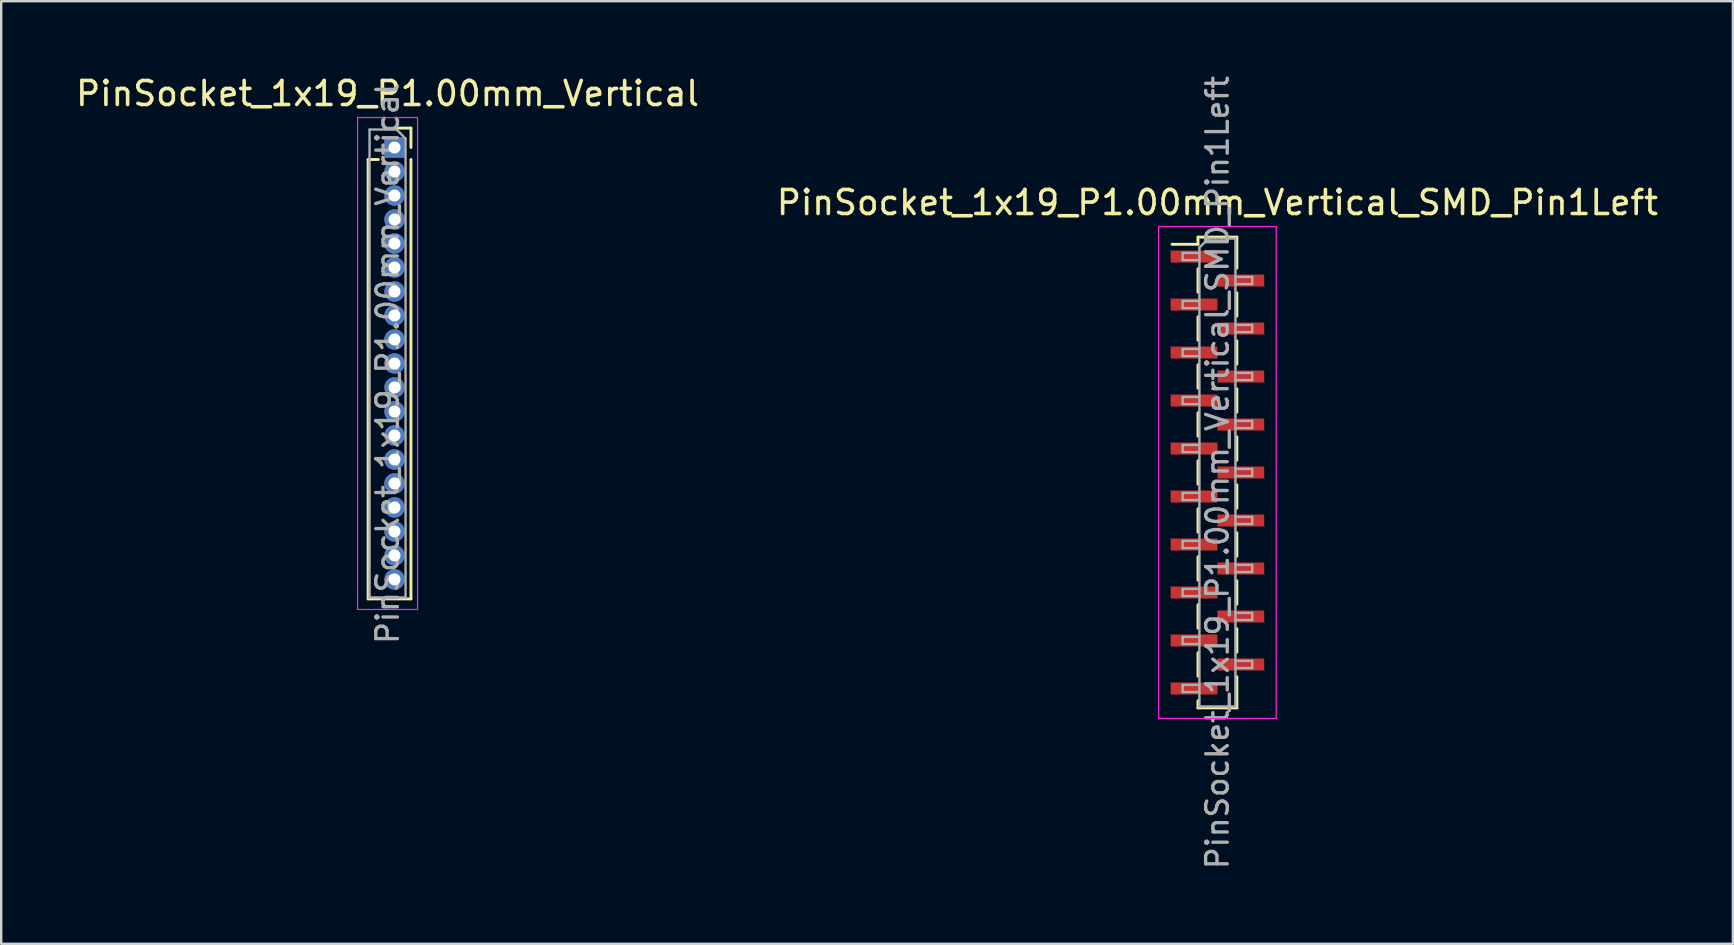
<source format=kicad_pcb>
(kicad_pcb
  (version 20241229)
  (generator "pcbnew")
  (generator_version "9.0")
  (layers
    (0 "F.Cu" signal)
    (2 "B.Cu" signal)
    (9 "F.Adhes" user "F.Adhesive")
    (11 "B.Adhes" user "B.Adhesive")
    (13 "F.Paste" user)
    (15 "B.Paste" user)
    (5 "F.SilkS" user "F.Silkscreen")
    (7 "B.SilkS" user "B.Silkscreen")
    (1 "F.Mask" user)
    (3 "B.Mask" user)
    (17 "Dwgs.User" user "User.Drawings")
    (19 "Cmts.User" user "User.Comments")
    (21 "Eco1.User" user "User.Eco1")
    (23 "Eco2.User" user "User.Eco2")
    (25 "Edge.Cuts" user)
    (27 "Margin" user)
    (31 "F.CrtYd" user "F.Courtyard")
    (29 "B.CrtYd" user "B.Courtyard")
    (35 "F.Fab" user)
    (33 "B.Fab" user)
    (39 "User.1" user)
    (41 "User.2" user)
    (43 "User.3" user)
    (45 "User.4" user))
  (footprint "PinSocket_1x19_P1.00mm_Vertical_SMD_Pin1Left"
    (layer "F.Cu")
    (at 47.685 16.641)
    (property "Reference" "PinSocket_1x19_P1.00mm_Vertical_SMD_Pin1Left" (at 0 -11.25 0) (layer "F.SilkS") (effects (font (size 1 1) (thickness 0.15))))
    (attr smd)
    (fp_line (start -1.89 -9.51) (end -0.81 -9.51) (stroke (width 0.12) (type solid)) (layer "F.SilkS"))
    (fp_line (start -0.81 -9.81) (end -0.81 -9.51) (stroke (width 0.12) (type solid)) (layer "F.SilkS"))
    (fp_line (start -0.81 -9.81) (end 0.81 -9.81) (stroke (width 0.12) (type solid)) (layer "F.SilkS"))
    (fp_line (start -0.81 -8.49) (end -0.81 -7.51) (stroke (width 0.12) (type solid)) (layer "F.SilkS"))
    (fp_line (start -0.81 -6.49) (end -0.81 -5.51) (stroke (width 0.12) (type solid)) (layer "F.SilkS"))
    (fp_line (start -0.81 -4.49) (end -0.81 -3.51) (stroke (width 0.12) (type solid)) (layer "F.SilkS"))
    (fp_line (start -0.81 -2.49) (end -0.81 -1.51) (stroke (width 0.12) (type solid)) (layer "F.SilkS"))
    (fp_line (start -0.81 -0.49) (end -0.81 0.49) (stroke (width 0.12) (type solid)) (layer "F.SilkS"))
    (fp_line (start -0.81 1.51) (end -0.81 2.49) (stroke (width 0.12) (type solid)) (layer "F.SilkS"))
    (fp_line (start -0.81 3.51) (end -0.81 4.49) (stroke (width 0.12) (type solid)) (layer "F.SilkS"))
    (fp_line (start -0.81 5.51) (end -0.81 6.49) (stroke (width 0.12) (type solid)) (layer "F.SilkS"))
    (fp_line (start -0.81 7.51) (end -0.81 8.49) (stroke (width 0.12) (type solid)) (layer "F.SilkS"))
    (fp_line (start -0.81 9.51) (end -0.81 9.81) (stroke (width 0.12) (type solid)) (layer "F.SilkS"))
    (fp_line (start -0.81 9.81) (end 0.81 9.81) (stroke (width 0.12) (type solid)) (layer "F.SilkS"))
    (fp_line (start 0.81 -9.81) (end 0.81 -8.51) (stroke (width 0.12) (type solid)) (layer "F.SilkS"))
    (fp_line (start 0.81 -7.49) (end 0.81 -6.51) (stroke (width 0.12) (type solid)) (layer "F.SilkS"))
    (fp_line (start 0.81 -5.49) (end 0.81 -4.51) (stroke (width 0.12) (type solid)) (layer "F.SilkS"))
    (fp_line (start 0.81 -3.49) (end 0.81 -2.51) (stroke (width 0.12) (type solid)) (layer "F.SilkS"))
    (fp_line (start 0.81 -1.49) (end 0.81 -0.51) (stroke (width 0.12) (type solid)) (layer "F.SilkS"))
    (fp_line (start 0.81 0.51) (end 0.81 1.49) (stroke (width 0.12) (type solid)) (layer "F.SilkS"))
    (fp_line (start 0.81 2.51) (end 0.81 3.49) (stroke (width 0.12) (type solid)) (layer "F.SilkS"))
    (fp_line (start 0.81 4.51) (end 0.81 5.49) (stroke (width 0.12) (type solid)) (layer "F.SilkS"))
    (fp_line (start 0.81 6.51) (end 0.81 7.49) (stroke (width 0.12) (type solid)) (layer "F.SilkS"))
    (fp_line (start 0.81 8.51) (end 0.81 9.81) (stroke (width 0.12) (type solid)) (layer "F.SilkS"))
    (fp_line (start -2.45 -10.25) (end 2.45 -10.25) (stroke (width 0.05) (type solid)) (layer "F.CrtYd"))
    (fp_line (start -2.45 10.25) (end -2.45 -10.25) (stroke (width 0.05) (type solid)) (layer "F.CrtYd"))
    (fp_line (start 2.45 -10.25) (end 2.45 10.25) (stroke (width 0.05) (type solid)) (layer "F.CrtYd"))
    (fp_line (start 2.45 10.25) (end -2.45 10.25) (stroke (width 0.05) (type solid)) (layer "F.CrtYd"))
    (fp_line (start -1.45 -9.15) (end -0.75 -9.15) (stroke (width 0.1) (type solid)) (layer "F.Fab"))
    (fp_line (start -1.45 -8.85) (end -1.45 -9.15) (stroke (width 0.1) (type solid)) (layer "F.Fab"))
    (fp_line (start -1.45 -7.15) (end -0.75 -7.15) (stroke (width 0.1) (type solid)) (layer "F.Fab"))
    (fp_line (start -1.45 -6.85) (end -1.45 -7.15) (stroke (width 0.1) (type solid)) (layer "F.Fab"))
    (fp_line (start -1.45 -5.15) (end -0.75 -5.15) (stroke (width 0.1) (type solid)) (layer "F.Fab"))
    (fp_line (start -1.45 -4.85) (end -1.45 -5.15) (stroke (width 0.1) (type solid)) (layer "F.Fab"))
    (fp_line (start -1.45 -3.15) (end -0.75 -3.15) (stroke (width 0.1) (type solid)) (layer "F.Fab"))
    (fp_line (start -1.45 -2.85) (end -1.45 -3.15) (stroke (width 0.1) (type solid)) (layer "F.Fab"))
    (fp_line (start -1.45 -1.15) (end -0.75 -1.15) (stroke (width 0.1) (type solid)) (layer "F.Fab"))
    (fp_line (start -1.45 -0.85) (end -1.45 -1.15) (stroke (width 0.1) (type solid)) (layer "F.Fab"))
    (fp_line (start -1.45 0.85) (end -0.75 0.85) (stroke (width 0.1) (type solid)) (layer "F.Fab"))
    (fp_line (start -1.45 1.15) (end -1.45 0.85) (stroke (width 0.1) (type solid)) (layer "F.Fab"))
    (fp_line (start -1.45 2.85) (end -0.75 2.85) (stroke (width 0.1) (type solid)) (layer "F.Fab"))
    (fp_line (start -1.45 3.15) (end -1.45 2.85) (stroke (width 0.1) (type solid)) (layer "F.Fab"))
    (fp_line (start -1.45 4.85) (end -0.75 4.85) (stroke (width 0.1) (type solid)) (layer "F.Fab"))
    (fp_line (start -1.45 5.15) (end -1.45 4.85) (stroke (width 0.1) (type solid)) (layer "F.Fab"))
    (fp_line (start -1.45 6.85) (end -0.75 6.85) (stroke (width 0.1) (type solid)) (layer "F.Fab"))
    (fp_line (start -1.45 7.15) (end -1.45 6.85) (stroke (width 0.1) (type solid)) (layer "F.Fab"))
    (fp_line (start -1.45 8.85) (end -0.75 8.85) (stroke (width 0.1) (type solid)) (layer "F.Fab"))
    (fp_line (start -1.45 9.15) (end -1.45 8.85) (stroke (width 0.1) (type solid)) (layer "F.Fab"))
    (fp_line (start -0.75 -9.375) (end -0.375 -9.75) (stroke (width 0.1) (type solid)) (layer "F.Fab"))
    (fp_line (start -0.75 -8.85) (end -1.45 -8.85) (stroke (width 0.1) (type solid)) (layer "F.Fab"))
    (fp_line (start -0.75 -6.85) (end -1.45 -6.85) (stroke (width 0.1) (type solid)) (layer "F.Fab"))
    (fp_line (start -0.75 -4.85) (end -1.45 -4.85) (stroke (width 0.1) (type solid)) (layer "F.Fab"))
    (fp_line (start -0.75 -2.85) (end -1.45 -2.85) (stroke (width 0.1) (type solid)) (layer "F.Fab"))
    (fp_line (start -0.75 -0.85) (end -1.45 -0.85) (stroke (width 0.1) (type solid)) (layer "F.Fab"))
    (fp_line (start -0.75 1.15) (end -1.45 1.15) (stroke (width 0.1) (type solid)) (layer "F.Fab"))
    (fp_line (start -0.75 3.15) (end -1.45 3.15) (stroke (width 0.1) (type solid)) (layer "F.Fab"))
    (fp_line (start -0.75 5.15) (end -1.45 5.15) (stroke (width 0.1) (type solid)) (layer "F.Fab"))
    (fp_line (start -0.75 7.15) (end -1.45 7.15) (stroke (width 0.1) (type solid)) (layer "F.Fab"))
    (fp_line (start -0.75 9.15) (end -1.45 9.15) (stroke (width 0.1) (type solid)) (layer "F.Fab"))
    (fp_line (start -0.75 9.75) (end -0.75 -9.375) (stroke (width 0.1) (type solid)) (layer "F.Fab"))
    (fp_line (start -0.375 -9.75) (end 0.75 -9.75) (stroke (width 0.1) (type solid)) (layer "F.Fab"))
    (fp_line (start 0.75 -9.75) (end 0.75 9.75) (stroke (width 0.1) (type solid)) (layer "F.Fab"))
    (fp_line (start 0.75 -8.15) (end 1.45 -8.15) (stroke (width 0.1) (type solid)) (layer "F.Fab"))
    (fp_line (start 0.75 -6.15) (end 1.45 -6.15) (stroke (width 0.1) (type solid)) (layer "F.Fab"))
    (fp_line (start 0.75 -4.15) (end 1.45 -4.15) (stroke (width 0.1) (type solid)) (layer "F.Fab"))
    (fp_line (start 0.75 -2.15) (end 1.45 -2.15) (stroke (width 0.1) (type solid)) (layer "F.Fab"))
    (fp_line (start 0.75 -0.15) (end 1.45 -0.15) (stroke (width 0.1) (type solid)) (layer "F.Fab"))
    (fp_line (start 0.75 1.85) (end 1.45 1.85) (stroke (width 0.1) (type solid)) (layer "F.Fab"))
    (fp_line (start 0.75 3.85) (end 1.45 3.85) (stroke (width 0.1) (type solid)) (layer "F.Fab"))
    (fp_line (start 0.75 5.85) (end 1.45 5.85) (stroke (width 0.1) (type solid)) (layer "F.Fab"))
    (fp_line (start 0.75 7.85) (end 1.45 7.85) (stroke (width 0.1) (type solid)) (layer "F.Fab"))
    (fp_line (start 0.75 9.75) (end -0.75 9.75) (stroke (width 0.1) (type solid)) (layer "F.Fab"))
    (fp_line (start 1.45 -8.15) (end 1.45 -7.85) (stroke (width 0.1) (type solid)) (layer "F.Fab"))
    (fp_line (start 1.45 -7.85) (end 0.75 -7.85) (stroke (width 0.1) (type solid)) (layer "F.Fab"))
    (fp_line (start 1.45 -6.15) (end 1.45 -5.85) (stroke (width 0.1) (type solid)) (layer "F.Fab"))
    (fp_line (start 1.45 -5.85) (end 0.75 -5.85) (stroke (width 0.1) (type solid)) (layer "F.Fab"))
    (fp_line (start 1.45 -4.15) (end 1.45 -3.85) (stroke (width 0.1) (type solid)) (layer "F.Fab"))
    (fp_line (start 1.45 -3.85) (end 0.75 -3.85) (stroke (width 0.1) (type solid)) (layer "F.Fab"))
    (fp_line (start 1.45 -2.15) (end 1.45 -1.85) (stroke (width 0.1) (type solid)) (layer "F.Fab"))
    (fp_line (start 1.45 -1.85) (end 0.75 -1.85) (stroke (width 0.1) (type solid)) (layer "F.Fab"))
    (fp_line (start 1.45 -0.15) (end 1.45 0.15) (stroke (width 0.1) (type solid)) (layer "F.Fab"))
    (fp_line (start 1.45 0.15) (end 0.75 0.15) (stroke (width 0.1) (type solid)) (layer "F.Fab"))
    (fp_line (start 1.45 1.85) (end 1.45 2.15) (stroke (width 0.1) (type solid)) (layer "F.Fab"))
    (fp_line (start 1.45 2.15) (end 0.75 2.15) (stroke (width 0.1) (type solid)) (layer "F.Fab"))
    (fp_line (start 1.45 3.85) (end 1.45 4.15) (stroke (width 0.1) (type solid)) (layer "F.Fab"))
    (fp_line (start 1.45 4.15) (end 0.75 4.15) (stroke (width 0.1) (type solid)) (layer "F.Fab"))
    (fp_line (start 1.45 5.85) (end 1.45 6.15) (stroke (width 0.1) (type solid)) (layer "F.Fab"))
    (fp_line (start 1.45 6.15) (end 0.75 6.15) (stroke (width 0.1) (type solid)) (layer "F.Fab"))
    (fp_line (start 1.45 7.85) (end 1.45 8.15) (stroke (width 0.1) (type solid)) (layer "F.Fab"))
    (fp_line (start 1.45 8.15) (end 0.75 8.15) (stroke (width 0.1) (type solid)) (layer "F.Fab"))
    (fp_text user "${REFERENCE}" (at 0 0 90) (layer "F.Fab") (effects (font (size 0.9 0.9) (thickness 0.14))))
    (pad "1" smd rect (at -0.975 -9) (size 1.95 0.5) (layers "F.Cu" "F.Mask" "F.Paste"))
    (pad "2" smd rect (at 0.975 -8) (size 1.95 0.5) (layers "F.Cu" "F.Mask" "F.Paste"))
    (pad "3" smd rect (at -0.975 -7) (size 1.95 0.5) (layers "F.Cu" "F.Mask" "F.Paste"))
    (pad "4" smd rect (at 0.975 -6) (size 1.95 0.5) (layers "F.Cu" "F.Mask" "F.Paste"))
    (pad "5" smd rect (at -0.975 -5) (size 1.95 0.5) (layers "F.Cu" "F.Mask" "F.Paste"))
    (pad "6" smd rect (at 0.975 -4) (size 1.95 0.5) (layers "F.Cu" "F.Mask" "F.Paste"))
    (pad "7" smd rect (at -0.975 -3) (size 1.95 0.5) (layers "F.Cu" "F.Mask" "F.Paste"))
    (pad "8" smd rect (at 0.975 -2) (size 1.95 0.5) (layers "F.Cu" "F.Mask" "F.Paste"))
    (pad "9" smd rect (at -0.975 -1) (size 1.95 0.5) (layers "F.Cu" "F.Mask" "F.Paste"))
    (pad "10" smd rect (at 0.975 0) (size 1.95 0.5) (layers "F.Cu" "F.Mask" "F.Paste"))
    (pad "11" smd rect (at -0.975 1) (size 1.95 0.5) (layers "F.Cu" "F.Mask" "F.Paste"))
    (pad "12" smd rect (at 0.975 2) (size 1.95 0.5) (layers "F.Cu" "F.Mask" "F.Paste"))
    (pad "13" smd rect (at -0.975 3) (size 1.95 0.5) (layers "F.Cu" "F.Mask" "F.Paste"))
    (pad "14" smd rect (at 0.975 4) (size 1.95 0.5) (layers "F.Cu" "F.Mask" "F.Paste"))
    (pad "15" smd rect (at -0.975 5) (size 1.95 0.5) (layers "F.Cu" "F.Mask" "F.Paste"))
    (pad "16" smd rect (at 0.975 6) (size 1.95 0.5) (layers "F.Cu" "F.Mask" "F.Paste"))
    (pad "17" smd rect (at -0.975 7) (size 1.95 0.5) (layers "F.Cu" "F.Mask" "F.Paste"))
    (pad "18" smd rect (at 0.975 8) (size 1.95 0.5) (layers "F.Cu" "F.Mask" "F.Paste"))
    (pad "19" smd rect (at -0.975 9) (size 1.95 0.5) (layers "F.Cu" "F.Mask" "F.Paste")))
  (footprint "PinSocket_1x19_P1.00mm_Vertical"
    (layer "F.Cu")
    (at 13.391 3.098)
    (property "Reference" "PinSocket_1x19_P1.00mm_Vertical" (at -0.29 -2.25 0) (layer "F.SilkS") (effects (font (size 1 1) (thickness 0.15))))
    (attr through_hole)
    (fp_line (start -1.1 0.5) (end -1.1 18.81) (stroke (width 0.12) (type solid)) (layer "F.SilkS"))
    (fp_line (start -1.1 0.5) (end -0.674 0.5) (stroke (width 0.12) (type solid)) (layer "F.SilkS"))
    (fp_line (start -1.1 18.81) (end 0.685 18.81) (stroke (width 0.12) (type solid)) (layer "F.SilkS"))
    (fp_line (start 0.125 -0.81) (end 0.685 -0.81) (stroke (width 0.12) (type solid)) (layer "F.SilkS"))
    (fp_line (start 0.685 -0.81) (end 0.685 0) (stroke (width 0.12) (type solid)) (layer "F.SilkS"))
    (fp_line (start 0.685 0.5) (end 0.685 18.81) (stroke (width 0.12) (type solid)) (layer "F.SilkS"))
    (fp_line (start -1.54 -1.25) (end 0.96 -1.25) (stroke (width 0.05) (type solid)) (layer "F.CrtYd"))
    (fp_line (start -1.54 19.25) (end -1.54 -1.25) (stroke (width 0.05) (type solid)) (layer "F.CrtYd"))
    (fp_line (start 0.96 -1.25) (end 0.96 19.25) (stroke (width 0.05) (type solid)) (layer "F.CrtYd"))
    (fp_line (start 0.96 19.25) (end -1.54 19.25) (stroke (width 0.05) (type solid)) (layer "F.CrtYd"))
    (fp_line (start -1.04 -0.75) (end 0.085 -0.75) (stroke (width 0.1) (type solid)) (layer "F.Fab"))
    (fp_line (start -1.04 18.75) (end -1.04 -0.75) (stroke (width 0.1) (type solid)) (layer "F.Fab"))
    (fp_line (start 0.085 -0.75) (end 0.46 -0.375) (stroke (width 0.1) (type solid)) (layer "F.Fab"))
    (fp_line (start 0.46 -0.375) (end 0.46 18.75) (stroke (width 0.1) (type solid)) (layer "F.Fab"))
    (fp_line (start 0.46 18.75) (end -1.04 18.75) (stroke (width 0.1) (type solid)) (layer "F.Fab"))
    (fp_text user "${REFERENCE}" (at -0.29 9 90) (layer "F.Fab") (effects (font (size 0.9 0.9) (thickness 0.14))))
    (pad "1" thru_hole rect (at 0 0) (size 0.85 0.85) (drill 0.5) (layers "*.Cu" "*.Mask"))
    (pad "2" thru_hole oval (at 0 1) (size 0.85 0.85) (drill 0.5) (layers "*.Cu" "*.Mask"))
    (pad "3" thru_hole oval (at 0 2) (size 0.85 0.85) (drill 0.5) (layers "*.Cu" "*.Mask"))
    (pad "4" thru_hole oval (at 0 3) (size 0.85 0.85) (drill 0.5) (layers "*.Cu" "*.Mask"))
    (pad "5" thru_hole oval (at 0 4) (size 0.85 0.85) (drill 0.5) (layers "*.Cu" "*.Mask"))
    (pad "6" thru_hole oval (at 0 5) (size 0.85 0.85) (drill 0.5) (layers "*.Cu" "*.Mask"))
    (pad "7" thru_hole oval (at 0 6) (size 0.85 0.85) (drill 0.5) (layers "*.Cu" "*.Mask"))
    (pad "8" thru_hole oval (at 0 7) (size 0.85 0.85) (drill 0.5) (layers "*.Cu" "*.Mask"))
    (pad "9" thru_hole oval (at 0 8) (size 0.85 0.85) (drill 0.5) (layers "*.Cu" "*.Mask"))
    (pad "10" thru_hole oval (at 0 9) (size 0.85 0.85) (drill 0.5) (layers "*.Cu" "*.Mask"))
    (pad "11" thru_hole oval (at 0 10) (size 0.85 0.85) (drill 0.5) (layers "*.Cu" "*.Mask"))
    (pad "12" thru_hole oval (at 0 11) (size 0.85 0.85) (drill 0.5) (layers "*.Cu" "*.Mask"))
    (pad "13" thru_hole oval (at 0 12) (size 0.85 0.85) (drill 0.5) (layers "*.Cu" "*.Mask"))
    (pad "14" thru_hole oval (at 0 13) (size 0.85 0.85) (drill 0.5) (layers "*.Cu" "*.Mask"))
    (pad "15" thru_hole oval (at 0 14) (size 0.85 0.85) (drill 0.5) (layers "*.Cu" "*.Mask"))
    (pad "16" thru_hole oval (at 0 15) (size 0.85 0.85) (drill 0.5) (layers "*.Cu" "*.Mask"))
    (pad "17" thru_hole oval (at 0 16) (size 0.85 0.85) (drill 0.5) (layers "*.Cu" "*.Mask"))
    (pad "18" thru_hole oval (at 0 17) (size 0.85 0.85) (drill 0.5) (layers "*.Cu" "*.Mask"))
    (pad "19" thru_hole oval (at 0 18) (size 0.85 0.85) (drill 0.5) (layers "*.Cu" "*.Mask")))
  (gr_rect
    (start -3 -3)
    (end 69.167 36.283)
    (stroke (width 0.1) (type default))
    (fill no)
    (layer "Edge.Cuts")))
</source>
